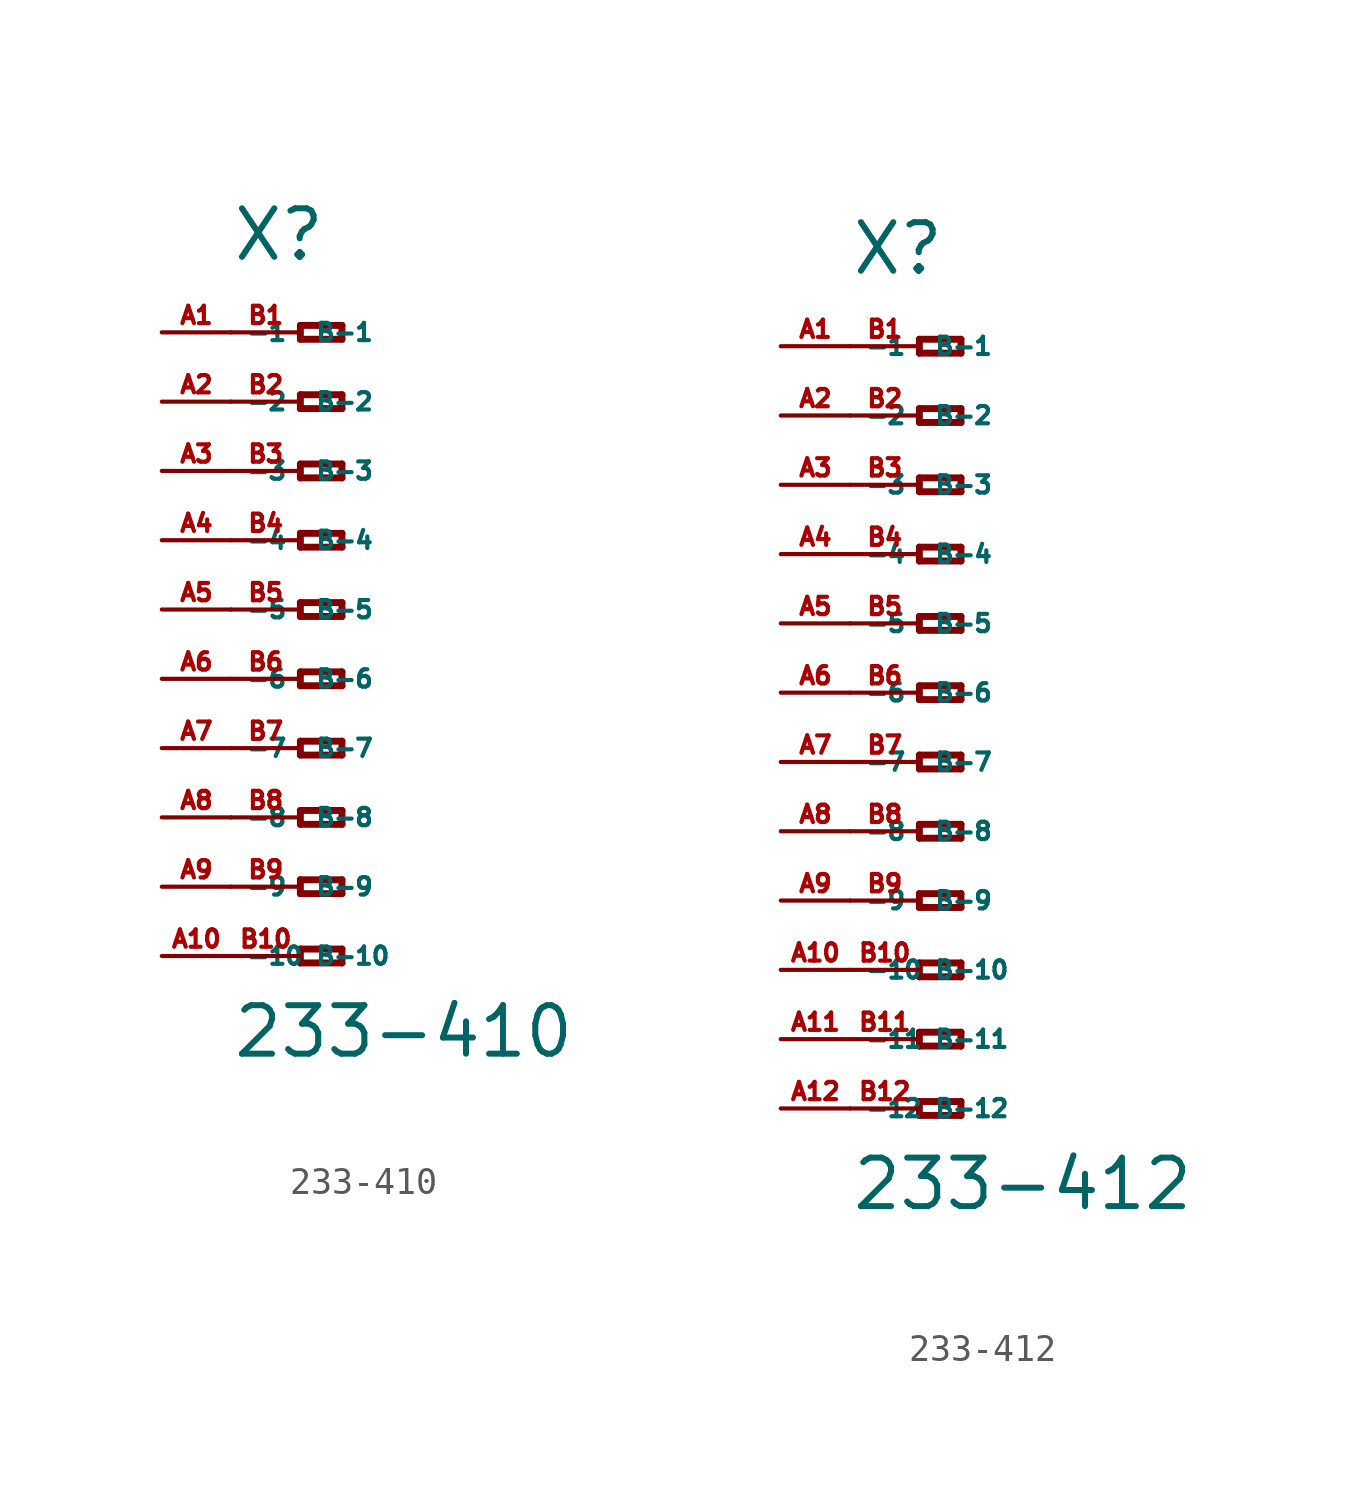
<source format=kicad_sym>
(kicad_symbol_lib
  (version 20220914)
  (generator Eagle2Kicad)
  (symbol "233-410"
    (property "Reference" "X"
      (at -5.08 12.7 0)
      (effects (font (size 1.778 1.778) (thickness 0.22)) (justify left bottom)))
    (property "Value" "233-410"
      (at -5.08 -16.51 0)
      (effects (font (size 1.778 1.778) (thickness 0.22)) (justify left bottom)))
    (polyline
      (pts (xy -2.54 10.414) (xy -2.54 9.906))
      (stroke (width 0.254) (type default))
      (fill (type none)))
    (polyline
      (pts (xy -2.54 9.906) (xy -1.016 9.906))
      (stroke (width 0.254) (type default))
      (fill (type none)))
    (polyline
      (pts (xy -1.016 9.906) (xy -1.016 10.414))
      (stroke (width 0.254) (type default))
      (fill (type none)))
    (polyline
      (pts (xy -1.016 10.414) (xy -2.54 10.414))
      (stroke (width 0.254) (type default))
      (fill (type none)))
    (polyline
      (pts (xy -2.54 7.874) (xy -2.54 7.366))
      (stroke (width 0.254) (type default))
      (fill (type none)))
    (polyline
      (pts (xy -2.54 7.366) (xy -1.016 7.366))
      (stroke (width 0.254) (type default))
      (fill (type none)))
    (polyline
      (pts (xy -1.016 7.366) (xy -1.016 7.874))
      (stroke (width 0.254) (type default))
      (fill (type none)))
    (polyline
      (pts (xy -1.016 7.874) (xy -2.54 7.874))
      (stroke (width 0.254) (type default))
      (fill (type none)))
    (polyline
      (pts (xy -2.54 5.334) (xy -2.54 4.826))
      (stroke (width 0.254) (type default))
      (fill (type none)))
    (polyline
      (pts (xy -2.54 4.826) (xy -1.016 4.826))
      (stroke (width 0.254) (type default))
      (fill (type none)))
    (polyline
      (pts (xy -1.016 4.826) (xy -1.016 5.334))
      (stroke (width 0.254) (type default))
      (fill (type none)))
    (polyline
      (pts (xy -1.016 5.334) (xy -2.54 5.334))
      (stroke (width 0.254) (type default))
      (fill (type none)))
    (polyline
      (pts (xy -2.54 2.794) (xy -2.54 2.286))
      (stroke (width 0.254) (type default))
      (fill (type none)))
    (polyline
      (pts (xy -2.54 2.286) (xy -1.016 2.286))
      (stroke (width 0.254) (type default))
      (fill (type none)))
    (polyline
      (pts (xy -1.016 2.286) (xy -1.016 2.794))
      (stroke (width 0.254) (type default))
      (fill (type none)))
    (polyline
      (pts (xy -1.016 2.794) (xy -2.54 2.794))
      (stroke (width 0.254) (type default))
      (fill (type none)))
    (polyline
      (pts (xy -2.54 0.254) (xy -2.54 -0.254))
      (stroke (width 0.254) (type default))
      (fill (type none)))
    (polyline
      (pts (xy -2.54 -0.254) (xy -1.016 -0.254))
      (stroke (width 0.254) (type default))
      (fill (type none)))
    (polyline
      (pts (xy -1.016 -0.254) (xy -1.016 0.254))
      (stroke (width 0.254) (type default))
      (fill (type none)))
    (polyline
      (pts (xy -1.016 0.254) (xy -2.54 0.254))
      (stroke (width 0.254) (type default))
      (fill (type none)))
    (polyline
      (pts (xy -2.54 -2.286) (xy -2.54 -2.794))
      (stroke (width 0.254) (type default))
      (fill (type none)))
    (polyline
      (pts (xy -2.54 -2.794) (xy -1.016 -2.794))
      (stroke (width 0.254) (type default))
      (fill (type none)))
    (polyline
      (pts (xy -1.016 -2.794) (xy -1.016 -2.286))
      (stroke (width 0.254) (type default))
      (fill (type none)))
    (polyline
      (pts (xy -1.016 -2.286) (xy -2.54 -2.286))
      (stroke (width 0.254) (type default))
      (fill (type none)))
    (polyline
      (pts (xy -2.54 -4.826) (xy -2.54 -5.334))
      (stroke (width 0.254) (type default))
      (fill (type none)))
    (polyline
      (pts (xy -2.54 -5.334) (xy -1.016 -5.334))
      (stroke (width 0.254) (type default))
      (fill (type none)))
    (polyline
      (pts (xy -1.016 -5.334) (xy -1.016 -4.826))
      (stroke (width 0.254) (type default))
      (fill (type none)))
    (polyline
      (pts (xy -1.016 -4.826) (xy -2.54 -4.826))
      (stroke (width 0.254) (type default))
      (fill (type none)))
    (polyline
      (pts (xy -2.54 -7.366) (xy -2.54 -7.874))
      (stroke (width 0.254) (type default))
      (fill (type none)))
    (polyline
      (pts (xy -2.54 -7.874) (xy -1.016 -7.874))
      (stroke (width 0.254) (type default))
      (fill (type none)))
    (polyline
      (pts (xy -1.016 -7.874) (xy -1.016 -7.366))
      (stroke (width 0.254) (type default))
      (fill (type none)))
    (polyline
      (pts (xy -1.016 -7.366) (xy -2.54 -7.366))
      (stroke (width 0.254) (type default))
      (fill (type none)))
    (polyline
      (pts (xy -2.54 -9.906) (xy -2.54 -10.414))
      (stroke (width 0.254) (type default))
      (fill (type none)))
    (polyline
      (pts (xy -2.54 -10.414) (xy -1.016 -10.414))
      (stroke (width 0.254) (type default))
      (fill (type none)))
    (polyline
      (pts (xy -1.016 -10.414) (xy -1.016 -9.906))
      (stroke (width 0.254) (type default))
      (fill (type none)))
    (polyline
      (pts (xy -1.016 -9.906) (xy -2.54 -9.906))
      (stroke (width 0.254) (type default))
      (fill (type none)))
    (polyline
      (pts (xy -2.54 -12.446) (xy -2.54 -12.954))
      (stroke (width 0.254) (type default))
      (fill (type none)))
    (polyline
      (pts (xy -2.54 -12.954) (xy -1.016 -12.954))
      (stroke (width 0.254) (type default))
      (fill (type none)))
    (polyline
      (pts (xy -1.016 -12.954) (xy -1.016 -12.446))
      (stroke (width 0.254) (type default))
      (fill (type none)))
    (polyline
      (pts (xy -1.016 -12.446) (xy -2.54 -12.446))
      (stroke (width 0.254) (type default))
      (fill (type none)))
    (pin passive line
      (at -7.62 10.16 0)
      (length 2.54)
      (name "-1" (effects (font (size 0.635 0.635) (thickness 0.08)) (justify left bottom)))
      (number "A1" (effects (font (size 0.635 0.635) (thickness 0.08)) (justify left bottom))))
    (pin passive line
      (at -7.62 7.62 0)
      (length 2.54)
      (name "-2" (effects (font (size 0.635 0.635) (thickness 0.08)) (justify left bottom)))
      (number "A2" (effects (font (size 0.635 0.635) (thickness 0.08)) (justify left bottom))))
    (pin passive line
      (at -7.62 5.08 0)
      (length 2.54)
      (name "-3" (effects (font (size 0.635 0.635) (thickness 0.08)) (justify left bottom)))
      (number "A3" (effects (font (size 0.635 0.635) (thickness 0.08)) (justify left bottom))))
    (pin passive line
      (at -7.62 2.54 0)
      (length 2.54)
      (name "-4" (effects (font (size 0.635 0.635) (thickness 0.08)) (justify left bottom)))
      (number "A4" (effects (font (size 0.635 0.635) (thickness 0.08)) (justify left bottom))))
    (pin passive line
      (at -7.62 0 0)
      (length 2.54)
      (name "-5" (effects (font (size 0.635 0.635) (thickness 0.08)) (justify left bottom)))
      (number "A5" (effects (font (size 0.635 0.635) (thickness 0.08)) (justify left bottom))))
    (pin passive line
      (at -7.62 -2.54 0)
      (length 2.54)
      (name "-6" (effects (font (size 0.635 0.635) (thickness 0.08)) (justify left bottom)))
      (number "A6" (effects (font (size 0.635 0.635) (thickness 0.08)) (justify left bottom))))
    (pin passive line
      (at -7.62 -5.08 0)
      (length 2.54)
      (name "-7" (effects (font (size 0.635 0.635) (thickness 0.08)) (justify left bottom)))
      (number "A7" (effects (font (size 0.635 0.635) (thickness 0.08)) (justify left bottom))))
    (pin passive line
      (at -7.62 -7.62 0)
      (length 2.54)
      (name "-8" (effects (font (size 0.635 0.635) (thickness 0.08)) (justify left bottom)))
      (number "A8" (effects (font (size 0.635 0.635) (thickness 0.08)) (justify left bottom))))
    (pin passive line
      (at -7.62 -10.16 0)
      (length 2.54)
      (name "-9" (effects (font (size 0.635 0.635) (thickness 0.08)) (justify left bottom)))
      (number "A9" (effects (font (size 0.635 0.635) (thickness 0.08)) (justify left bottom))))
    (pin passive line
      (at -7.62 -12.7 0)
      (length 2.54)
      (name "-10" (effects (font (size 0.635 0.635) (thickness 0.08)) (justify left bottom)))
      (number "A10" (effects (font (size 0.635 0.635) (thickness 0.08)) (justify left bottom))))
    (pin passive line
      (at -5.08 -12.7 0)
      (length 2.54)
      (name "B-10" (effects (font (size 0.635 0.635) (thickness 0.08)) (justify left bottom)))
      (number "B10" (effects (font (size 0.635 0.635) (thickness 0.08)) (justify left bottom))))
    (pin passive line
      (at -5.08 10.16 0)
      (length 2.54)
      (name "B-1" (effects (font (size 0.635 0.635) (thickness 0.08)) (justify left bottom)))
      (number "B1" (effects (font (size 0.635 0.635) (thickness 0.08)) (justify left bottom))))
    (pin passive line
      (at -5.08 7.62 0)
      (length 2.54)
      (name "B-2" (effects (font (size 0.635 0.635) (thickness 0.08)) (justify left bottom)))
      (number "B2" (effects (font (size 0.635 0.635) (thickness 0.08)) (justify left bottom))))
    (pin passive line
      (at -5.08 5.08 0)
      (length 2.54)
      (name "B-3" (effects (font (size 0.635 0.635) (thickness 0.08)) (justify left bottom)))
      (number "B3" (effects (font (size 0.635 0.635) (thickness 0.08)) (justify left bottom))))
    (pin passive line
      (at -5.08 2.54 0)
      (length 2.54)
      (name "B-4" (effects (font (size 0.635 0.635) (thickness 0.08)) (justify left bottom)))
      (number "B4" (effects (font (size 0.635 0.635) (thickness 0.08)) (justify left bottom))))
    (pin passive line
      (at -5.08 0 0)
      (length 2.54)
      (name "B-5" (effects (font (size 0.635 0.635) (thickness 0.08)) (justify left bottom)))
      (number "B5" (effects (font (size 0.635 0.635) (thickness 0.08)) (justify left bottom))))
    (pin passive line
      (at -5.08 -2.54 0)
      (length 2.54)
      (name "B-6" (effects (font (size 0.635 0.635) (thickness 0.08)) (justify left bottom)))
      (number "B6" (effects (font (size 0.635 0.635) (thickness 0.08)) (justify left bottom))))
    (pin passive line
      (at -5.08 -5.08 0)
      (length 2.54)
      (name "B-7" (effects (font (size 0.635 0.635) (thickness 0.08)) (justify left bottom)))
      (number "B7" (effects (font (size 0.635 0.635) (thickness 0.08)) (justify left bottom))))
    (pin passive line
      (at -5.08 -7.62 0)
      (length 2.54)
      (name "B-8" (effects (font (size 0.635 0.635) (thickness 0.08)) (justify left bottom)))
      (number "B8" (effects (font (size 0.635 0.635) (thickness 0.08)) (justify left bottom))))
    (pin passive line
      (at -5.08 -10.16 0)
      (length 2.54)
      (name "B-9" (effects (font (size 0.635 0.635) (thickness 0.08)) (justify left bottom)))
      (number "B9" (effects (font (size 0.635 0.635) (thickness 0.08)) (justify left bottom)))))
  (symbol "233-412"
    (property "Reference" "X"
      (at -5.08 15.24 0)
      (effects (font (size 1.778 1.778) (thickness 0.22)) (justify left bottom)))
    (property "Value" "233-412"
      (at -5.08 -19.05 0)
      (effects (font (size 1.778 1.778) (thickness 0.22)) (justify left bottom)))
    (polyline
      (pts (xy -2.54 12.954) (xy -2.54 12.446))
      (stroke (width 0.254) (type default))
      (fill (type none)))
    (polyline
      (pts (xy -2.54 12.446) (xy -1.016 12.446))
      (stroke (width 0.254) (type default))
      (fill (type none)))
    (polyline
      (pts (xy -1.016 12.446) (xy -1.016 12.954))
      (stroke (width 0.254) (type default))
      (fill (type none)))
    (polyline
      (pts (xy -1.016 12.954) (xy -2.54 12.954))
      (stroke (width 0.254) (type default))
      (fill (type none)))
    (polyline
      (pts (xy -2.54 10.414) (xy -2.54 9.906))
      (stroke (width 0.254) (type default))
      (fill (type none)))
    (polyline
      (pts (xy -2.54 9.906) (xy -1.016 9.906))
      (stroke (width 0.254) (type default))
      (fill (type none)))
    (polyline
      (pts (xy -1.016 9.906) (xy -1.016 10.414))
      (stroke (width 0.254) (type default))
      (fill (type none)))
    (polyline
      (pts (xy -1.016 10.414) (xy -2.54 10.414))
      (stroke (width 0.254) (type default))
      (fill (type none)))
    (polyline
      (pts (xy -2.54 7.874) (xy -2.54 7.366))
      (stroke (width 0.254) (type default))
      (fill (type none)))
    (polyline
      (pts (xy -2.54 7.366) (xy -1.016 7.366))
      (stroke (width 0.254) (type default))
      (fill (type none)))
    (polyline
      (pts (xy -1.016 7.366) (xy -1.016 7.874))
      (stroke (width 0.254) (type default))
      (fill (type none)))
    (polyline
      (pts (xy -1.016 7.874) (xy -2.54 7.874))
      (stroke (width 0.254) (type default))
      (fill (type none)))
    (polyline
      (pts (xy -2.54 5.334) (xy -2.54 4.826))
      (stroke (width 0.254) (type default))
      (fill (type none)))
    (polyline
      (pts (xy -2.54 4.826) (xy -1.016 4.826))
      (stroke (width 0.254) (type default))
      (fill (type none)))
    (polyline
      (pts (xy -1.016 4.826) (xy -1.016 5.334))
      (stroke (width 0.254) (type default))
      (fill (type none)))
    (polyline
      (pts (xy -1.016 5.334) (xy -2.54 5.334))
      (stroke (width 0.254) (type default))
      (fill (type none)))
    (polyline
      (pts (xy -2.54 2.794) (xy -2.54 2.286))
      (stroke (width 0.254) (type default))
      (fill (type none)))
    (polyline
      (pts (xy -2.54 2.286) (xy -1.016 2.286))
      (stroke (width 0.254) (type default))
      (fill (type none)))
    (polyline
      (pts (xy -1.016 2.286) (xy -1.016 2.794))
      (stroke (width 0.254) (type default))
      (fill (type none)))
    (polyline
      (pts (xy -1.016 2.794) (xy -2.54 2.794))
      (stroke (width 0.254) (type default))
      (fill (type none)))
    (polyline
      (pts (xy -2.54 0.254) (xy -2.54 -0.254))
      (stroke (width 0.254) (type default))
      (fill (type none)))
    (polyline
      (pts (xy -2.54 -0.254) (xy -1.016 -0.254))
      (stroke (width 0.254) (type default))
      (fill (type none)))
    (polyline
      (pts (xy -1.016 -0.254) (xy -1.016 0.254))
      (stroke (width 0.254) (type default))
      (fill (type none)))
    (polyline
      (pts (xy -1.016 0.254) (xy -2.54 0.254))
      (stroke (width 0.254) (type default))
      (fill (type none)))
    (polyline
      (pts (xy -2.54 -2.286) (xy -2.54 -2.794))
      (stroke (width 0.254) (type default))
      (fill (type none)))
    (polyline
      (pts (xy -2.54 -2.794) (xy -1.016 -2.794))
      (stroke (width 0.254) (type default))
      (fill (type none)))
    (polyline
      (pts (xy -1.016 -2.794) (xy -1.016 -2.286))
      (stroke (width 0.254) (type default))
      (fill (type none)))
    (polyline
      (pts (xy -1.016 -2.286) (xy -2.54 -2.286))
      (stroke (width 0.254) (type default))
      (fill (type none)))
    (polyline
      (pts (xy -2.54 -4.826) (xy -2.54 -5.334))
      (stroke (width 0.254) (type default))
      (fill (type none)))
    (polyline
      (pts (xy -2.54 -5.334) (xy -1.016 -5.334))
      (stroke (width 0.254) (type default))
      (fill (type none)))
    (polyline
      (pts (xy -1.016 -5.334) (xy -1.016 -4.826))
      (stroke (width 0.254) (type default))
      (fill (type none)))
    (polyline
      (pts (xy -1.016 -4.826) (xy -2.54 -4.826))
      (stroke (width 0.254) (type default))
      (fill (type none)))
    (polyline
      (pts (xy -2.54 -7.366) (xy -2.54 -7.874))
      (stroke (width 0.254) (type default))
      (fill (type none)))
    (polyline
      (pts (xy -2.54 -7.874) (xy -1.016 -7.874))
      (stroke (width 0.254) (type default))
      (fill (type none)))
    (polyline
      (pts (xy -1.016 -7.874) (xy -1.016 -7.366))
      (stroke (width 0.254) (type default))
      (fill (type none)))
    (polyline
      (pts (xy -1.016 -7.366) (xy -2.54 -7.366))
      (stroke (width 0.254) (type default))
      (fill (type none)))
    (polyline
      (pts (xy -2.54 -9.906) (xy -2.54 -10.414))
      (stroke (width 0.254) (type default))
      (fill (type none)))
    (polyline
      (pts (xy -2.54 -10.414) (xy -1.016 -10.414))
      (stroke (width 0.254) (type default))
      (fill (type none)))
    (polyline
      (pts (xy -1.016 -10.414) (xy -1.016 -9.906))
      (stroke (width 0.254) (type default))
      (fill (type none)))
    (polyline
      (pts (xy -1.016 -9.906) (xy -2.54 -9.906))
      (stroke (width 0.254) (type default))
      (fill (type none)))
    (polyline
      (pts (xy -2.54 -12.446) (xy -2.54 -12.954))
      (stroke (width 0.254) (type default))
      (fill (type none)))
    (polyline
      (pts (xy -2.54 -12.954) (xy -1.016 -12.954))
      (stroke (width 0.254) (type default))
      (fill (type none)))
    (polyline
      (pts (xy -1.016 -12.954) (xy -1.016 -12.446))
      (stroke (width 0.254) (type default))
      (fill (type none)))
    (polyline
      (pts (xy -1.016 -12.446) (xy -2.54 -12.446))
      (stroke (width 0.254) (type default))
      (fill (type none)))
    (polyline
      (pts (xy -2.54 -14.986) (xy -2.54 -15.494))
      (stroke (width 0.254) (type default))
      (fill (type none)))
    (polyline
      (pts (xy -2.54 -15.494) (xy -1.016 -15.494))
      (stroke (width 0.254) (type default))
      (fill (type none)))
    (polyline
      (pts (xy -1.016 -15.494) (xy -1.016 -14.986))
      (stroke (width 0.254) (type default))
      (fill (type none)))
    (polyline
      (pts (xy -1.016 -14.986) (xy -2.54 -14.986))
      (stroke (width 0.254) (type default))
      (fill (type none)))
    (pin passive line
      (at -7.62 12.7 0)
      (length 2.54)
      (name "-1" (effects (font (size 0.635 0.635) (thickness 0.08)) (justify left bottom)))
      (number "A1" (effects (font (size 0.635 0.635) (thickness 0.08)) (justify left bottom))))
    (pin passive line
      (at -7.62 10.16 0)
      (length 2.54)
      (name "-2" (effects (font (size 0.635 0.635) (thickness 0.08)) (justify left bottom)))
      (number "A2" (effects (font (size 0.635 0.635) (thickness 0.08)) (justify left bottom))))
    (pin passive line
      (at -7.62 7.62 0)
      (length 2.54)
      (name "-3" (effects (font (size 0.635 0.635) (thickness 0.08)) (justify left bottom)))
      (number "A3" (effects (font (size 0.635 0.635) (thickness 0.08)) (justify left bottom))))
    (pin passive line
      (at -7.62 5.08 0)
      (length 2.54)
      (name "-4" (effects (font (size 0.635 0.635) (thickness 0.08)) (justify left bottom)))
      (number "A4" (effects (font (size 0.635 0.635) (thickness 0.08)) (justify left bottom))))
    (pin passive line
      (at -7.62 2.54 0)
      (length 2.54)
      (name "-5" (effects (font (size 0.635 0.635) (thickness 0.08)) (justify left bottom)))
      (number "A5" (effects (font (size 0.635 0.635) (thickness 0.08)) (justify left bottom))))
    (pin passive line
      (at -7.62 0 0)
      (length 2.54)
      (name "-6" (effects (font (size 0.635 0.635) (thickness 0.08)) (justify left bottom)))
      (number "A6" (effects (font (size 0.635 0.635) (thickness 0.08)) (justify left bottom))))
    (pin passive line
      (at -7.62 -2.54 0)
      (length 2.54)
      (name "-7" (effects (font (size 0.635 0.635) (thickness 0.08)) (justify left bottom)))
      (number "A7" (effects (font (size 0.635 0.635) (thickness 0.08)) (justify left bottom))))
    (pin passive line
      (at -7.62 -5.08 0)
      (length 2.54)
      (name "-8" (effects (font (size 0.635 0.635) (thickness 0.08)) (justify left bottom)))
      (number "A8" (effects (font (size 0.635 0.635) (thickness 0.08)) (justify left bottom))))
    (pin passive line
      (at -7.62 -7.62 0)
      (length 2.54)
      (name "-9" (effects (font (size 0.635 0.635) (thickness 0.08)) (justify left bottom)))
      (number "A9" (effects (font (size 0.635 0.635) (thickness 0.08)) (justify left bottom))))
    (pin passive line
      (at -7.62 -10.16 0)
      (length 2.54)
      (name "-10" (effects (font (size 0.635 0.635) (thickness 0.08)) (justify left bottom)))
      (number "A10" (effects (font (size 0.635 0.635) (thickness 0.08)) (justify left bottom))))
    (pin passive line
      (at -7.62 -12.7 0)
      (length 2.54)
      (name "-11" (effects (font (size 0.635 0.635) (thickness 0.08)) (justify left bottom)))
      (number "A11" (effects (font (size 0.635 0.635) (thickness 0.08)) (justify left bottom))))
    (pin passive line
      (at -7.62 -15.24 0)
      (length 2.54)
      (name "-12" (effects (font (size 0.635 0.635) (thickness 0.08)) (justify left bottom)))
      (number "A12" (effects (font (size 0.635 0.635) (thickness 0.08)) (justify left bottom))))
    (pin passive line
      (at -5.08 -15.24 0)
      (length 2.54)
      (name "B-12" (effects (font (size 0.635 0.635) (thickness 0.08)) (justify left bottom)))
      (number "B12" (effects (font (size 0.635 0.635) (thickness 0.08)) (justify left bottom))))
    (pin passive line
      (at -5.08 12.7 0)
      (length 2.54)
      (name "B-1" (effects (font (size 0.635 0.635) (thickness 0.08)) (justify left bottom)))
      (number "B1" (effects (font (size 0.635 0.635) (thickness 0.08)) (justify left bottom))))
    (pin passive line
      (at -5.08 10.16 0)
      (length 2.54)
      (name "B-2" (effects (font (size 0.635 0.635) (thickness 0.08)) (justify left bottom)))
      (number "B2" (effects (font (size 0.635 0.635) (thickness 0.08)) (justify left bottom))))
    (pin passive line
      (at -5.08 7.62 0)
      (length 2.54)
      (name "B-3" (effects (font (size 0.635 0.635) (thickness 0.08)) (justify left bottom)))
      (number "B3" (effects (font (size 0.635 0.635) (thickness 0.08)) (justify left bottom))))
    (pin passive line
      (at -5.08 5.08 0)
      (length 2.54)
      (name "B-4" (effects (font (size 0.635 0.635) (thickness 0.08)) (justify left bottom)))
      (number "B4" (effects (font (size 0.635 0.635) (thickness 0.08)) (justify left bottom))))
    (pin passive line
      (at -5.08 2.54 0)
      (length 2.54)
      (name "B-5" (effects (font (size 0.635 0.635) (thickness 0.08)) (justify left bottom)))
      (number "B5" (effects (font (size 0.635 0.635) (thickness 0.08)) (justify left bottom))))
    (pin passive line
      (at -5.08 0 0)
      (length 2.54)
      (name "B-6" (effects (font (size 0.635 0.635) (thickness 0.08)) (justify left bottom)))
      (number "B6" (effects (font (size 0.635 0.635) (thickness 0.08)) (justify left bottom))))
    (pin passive line
      (at -5.08 -2.54 0)
      (length 2.54)
      (name "B-7" (effects (font (size 0.635 0.635) (thickness 0.08)) (justify left bottom)))
      (number "B7" (effects (font (size 0.635 0.635) (thickness 0.08)) (justify left bottom))))
    (pin passive line
      (at -5.08 -5.08 0)
      (length 2.54)
      (name "B-8" (effects (font (size 0.635 0.635) (thickness 0.08)) (justify left bottom)))
      (number "B8" (effects (font (size 0.635 0.635) (thickness 0.08)) (justify left bottom))))
    (pin passive line
      (at -5.08 -7.62 0)
      (length 2.54)
      (name "B-9" (effects (font (size 0.635 0.635) (thickness 0.08)) (justify left bottom)))
      (number "B9" (effects (font (size 0.635 0.635) (thickness 0.08)) (justify left bottom))))
    (pin passive line
      (at -5.08 -10.16 0)
      (length 2.54)
      (name "B-10" (effects (font (size 0.635 0.635) (thickness 0.08)) (justify left bottom)))
      (number "B10" (effects (font (size 0.635 0.635) (thickness 0.08)) (justify left bottom))))
    (pin passive line
      (at -5.08 -12.7 0)
      (length 2.54)
      (name "B-11" (effects (font (size 0.635 0.635) (thickness 0.08)) (justify left bottom)))
      (number "B11" (effects (font (size 0.635 0.635) (thickness 0.08)) (justify left bottom))))))
</source>
